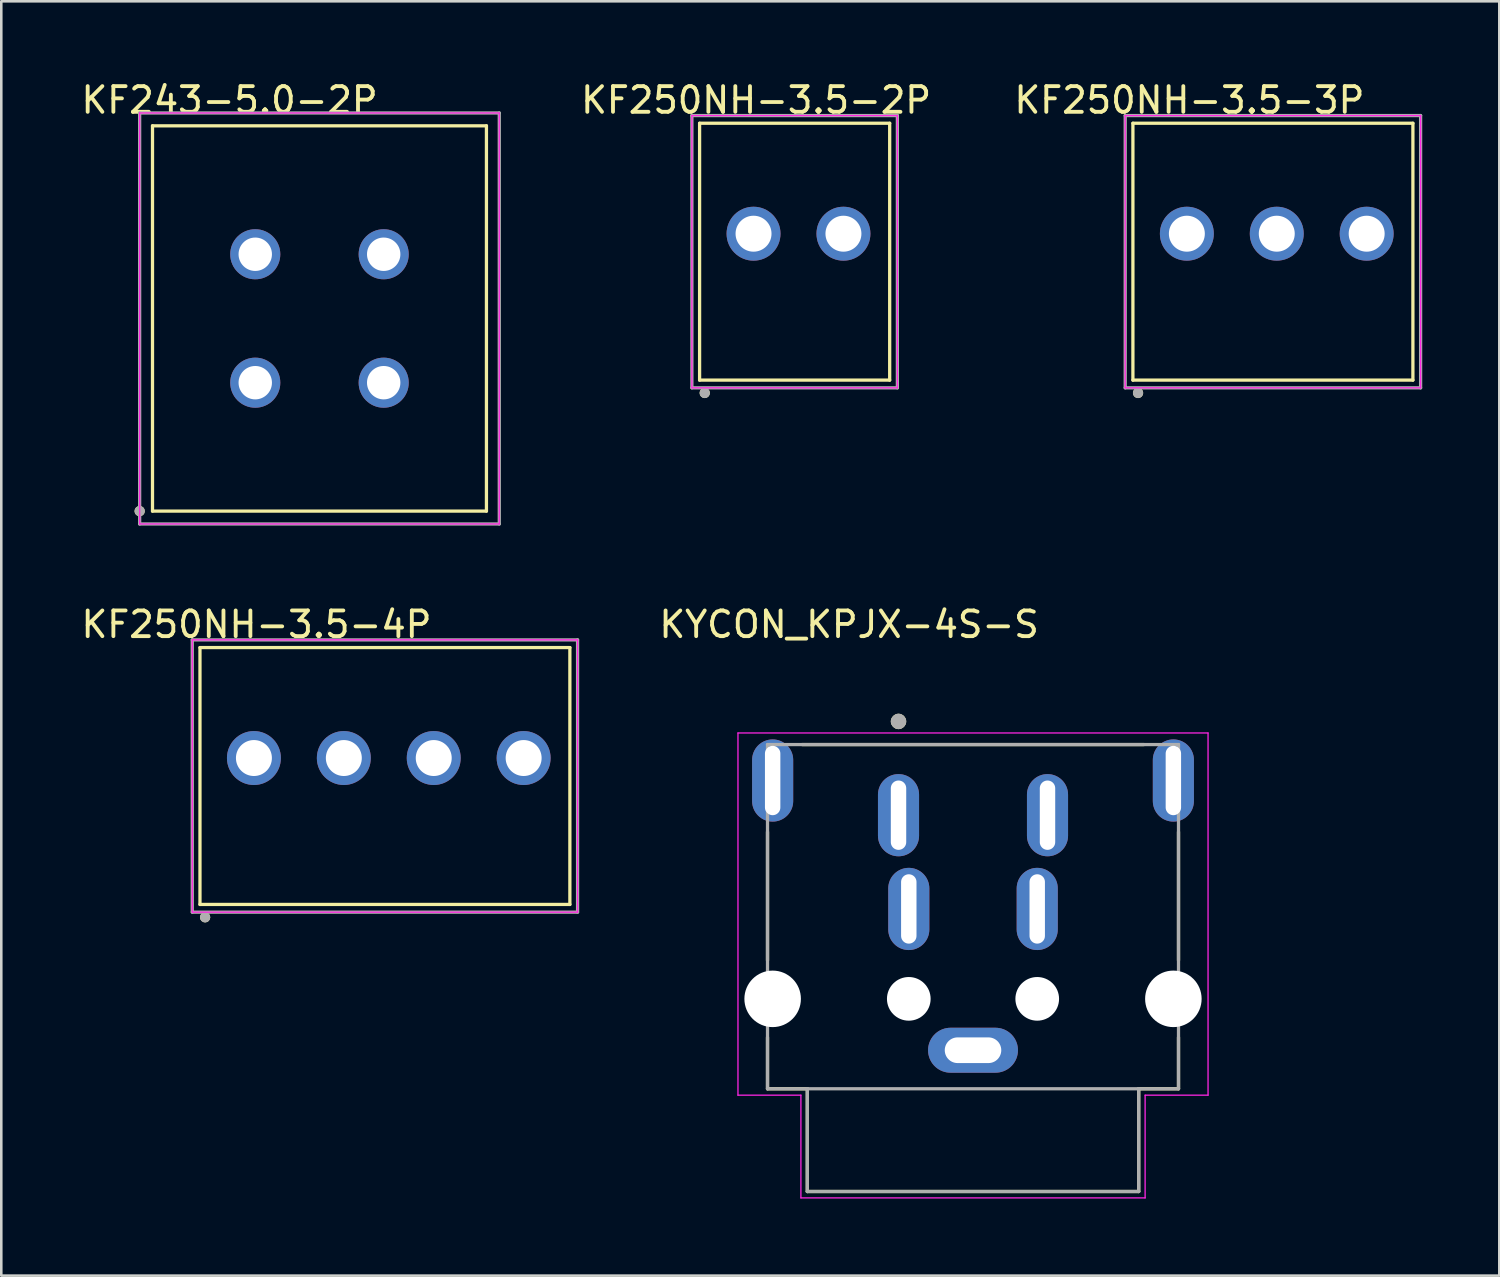
<source format=kicad_pcb>
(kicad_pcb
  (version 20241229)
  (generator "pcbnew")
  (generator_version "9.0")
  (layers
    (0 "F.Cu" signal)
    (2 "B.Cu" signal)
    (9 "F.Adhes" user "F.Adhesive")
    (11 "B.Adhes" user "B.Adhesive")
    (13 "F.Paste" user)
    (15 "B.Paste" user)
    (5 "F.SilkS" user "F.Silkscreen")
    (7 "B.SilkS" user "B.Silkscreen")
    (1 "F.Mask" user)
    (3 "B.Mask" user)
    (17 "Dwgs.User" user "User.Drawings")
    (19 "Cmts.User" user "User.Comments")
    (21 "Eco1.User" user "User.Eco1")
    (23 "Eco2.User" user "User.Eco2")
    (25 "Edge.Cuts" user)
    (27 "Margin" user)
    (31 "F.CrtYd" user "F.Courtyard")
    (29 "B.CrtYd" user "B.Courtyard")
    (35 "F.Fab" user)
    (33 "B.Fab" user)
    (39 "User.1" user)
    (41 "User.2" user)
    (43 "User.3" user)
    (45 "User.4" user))
  (footprint "KF250NH-3.5-2P"
    (layer "F.Cu")
    (at 26.285 6.048)
    (property "Reference" "KF250NH-3.5-2P" (at 0.1 -5.2 0) (layer "F.SilkS") (effects (font (size 1 1) (thickness 0.15))))
    (attr through_hole)
    (fp_line (start -2.1 5.7) (end -2.1 -4.3) (stroke (width 0.127) (type solid)) (layer "F.SilkS"))
    (fp_line (start 5.3 -4.3) (end -2.1 -4.3) (stroke (width 0.127) (type solid)) (layer "F.SilkS"))
    (fp_line (start 5.3 5.7) (end -2.1 5.7) (stroke (width 0.127) (type solid)) (layer "F.SilkS"))
    (fp_line (start 5.3 5.7) (end 5.3 -4.3) (stroke (width 0.127) (type solid)) (layer "F.SilkS"))
    (fp_circle (center -1.9 6.2) (end -1.8 6.2) (stroke (width 0.2) (type solid)) (fill no) (layer "F.SilkS"))
    (fp_line (start -2.4 -4.6) (end -2.4 6) (stroke (width 0.05) (type solid)) (layer "F.CrtYd"))
    (fp_line (start -2.4 6) (end 5.6 6) (stroke (width 0.05) (type solid)) (layer "F.CrtYd"))
    (fp_line (start 5.6 -4.6) (end -2.4 -4.6) (stroke (width 0.05) (type solid)) (layer "F.CrtYd"))
    (fp_line (start 5.6 6) (end 5.6 -4.6) (stroke (width 0.05) (type solid)) (layer "F.CrtYd"))
    (fp_line (start -2.4 -4.6) (end -2.4 6) (stroke (width 0.127) (type solid)) (layer "F.Fab"))
    (fp_line (start -2.4 6) (end 5.6 6) (stroke (width 0.127) (type solid)) (layer "F.Fab"))
    (fp_line (start 5.6 -4.6) (end -2.4 -4.6) (stroke (width 0.127) (type solid)) (layer "F.Fab"))
    (fp_line (start 5.6 6) (end 5.6 -4.6) (stroke (width 0.127) (type solid)) (layer "F.Fab"))
    (fp_circle (center -1.9 6.2) (end -1.8 6.2) (stroke (width 0.2) (type solid)) (fill no) (layer "F.Fab"))
    (pad "1" thru_hole circle (at 0 0) (size 2.1 2.1) (drill 1.4) (layers "*.Cu" "*.Mask"))
    (pad "2" thru_hole circle (at 3.5 0) (size 2.1 2.1) (drill 1.4) (layers "*.Cu" "*.Mask")))
  (footprint "KF250NH-3.5-3P"
    (layer "F.Cu")
    (at 43.154 6.048)
    (property "Reference" "KF250NH-3.5-3P" (at 0.1 -5.2 0) (layer "F.SilkS") (effects (font (size 1 1) (thickness 0.15))))
    (attr through_hole)
    (fp_line (start -2.1 5.7) (end -2.1 -4.3) (stroke (width 0.127) (type solid)) (layer "F.SilkS"))
    (fp_line (start 8.8 -4.3) (end -2.1 -4.3) (stroke (width 0.127) (type solid)) (layer "F.SilkS"))
    (fp_line (start 8.8 5.7) (end -2.1 5.7) (stroke (width 0.127) (type solid)) (layer "F.SilkS"))
    (fp_line (start 8.8 5.7) (end 8.8 -4.3) (stroke (width 0.127) (type solid)) (layer "F.SilkS"))
    (fp_circle (center -1.9 6.2) (end -1.8 6.2) (stroke (width 0.2) (type solid)) (fill no) (layer "F.SilkS"))
    (fp_line (start -2.4 -4.6) (end -2.4 6) (stroke (width 0.05) (type solid)) (layer "F.CrtYd"))
    (fp_line (start -2.4 6) (end 9.1 6) (stroke (width 0.05) (type solid)) (layer "F.CrtYd"))
    (fp_line (start 9.1 -4.6) (end -2.4 -4.6) (stroke (width 0.05) (type solid)) (layer "F.CrtYd"))
    (fp_line (start 9.1 6) (end 9.1 -4.6) (stroke (width 0.05) (type solid)) (layer "F.CrtYd"))
    (fp_line (start -2.4 -4.6) (end -2.4 6) (stroke (width 0.127) (type solid)) (layer "F.Fab"))
    (fp_line (start -2.4 6) (end 9.1 6) (stroke (width 0.127) (type solid)) (layer "F.Fab"))
    (fp_line (start 9.1 -4.6) (end -2.4 -4.6) (stroke (width 0.127) (type solid)) (layer "F.Fab"))
    (fp_line (start 9.1 6) (end 9.1 -4.6) (stroke (width 0.127) (type solid)) (layer "F.Fab"))
    (fp_circle (center -1.9 6.2) (end -1.8 6.2) (stroke (width 0.2) (type solid)) (fill no) (layer "F.Fab"))
    (pad "1" thru_hole circle (at 0 0) (size 2.1 2.1) (drill 1.4) (layers "*.Cu" "*.Mask"))
    (pad "2" thru_hole circle (at 3.5 0) (size 2.1 2.1) (drill 1.4) (layers "*.Cu" "*.Mask"))
    (pad "3" thru_hole circle (at 7 0) (size 2.1 2.1) (drill 1.4) (layers "*.Cu" "*.Mask")))
  (footprint "KF243-5.0-2P"
    (layer "F.Cu")
    (at 6.887 11.848)
    (property "Reference" "KF243-5.0-2P" (at -1 -11 0) (layer "F.SilkS") (effects (font (size 1 1) (thickness 0.15))))
    (attr through_hole)
    (fp_line (start -4 -10) (end -4 5) (stroke (width 0.127) (type solid)) (layer "F.SilkS"))
    (fp_line (start -4 5) (end 9 5) (stroke (width 0.127) (type solid)) (layer "F.SilkS"))
    (fp_line (start 9 -10) (end -4 -10) (stroke (width 0.127) (type solid)) (layer "F.SilkS"))
    (fp_line (start 9 5) (end 9 -10) (stroke (width 0.127) (type solid)) (layer "F.SilkS"))
    (fp_circle (center -4.5 5) (end -4.4 5) (stroke (width 0.2) (type solid)) (fill no) (layer "F.SilkS"))
    (fp_line (start -4.5 -10.5) (end -4.5 5.5) (stroke (width 0.05) (type solid)) (layer "F.CrtYd"))
    (fp_line (start -4.5 5.5) (end 9.5 5.5) (stroke (width 0.05) (type solid)) (layer "F.CrtYd"))
    (fp_line (start 9.5 -10.5) (end -4.5 -10.5) (stroke (width 0.05) (type solid)) (layer "F.CrtYd"))
    (fp_line (start 9.5 5.5) (end 9.5 -10.5) (stroke (width 0.05) (type solid)) (layer "F.CrtYd"))
    (fp_line (start -4.5 -10.5) (end -4.5 5.5) (stroke (width 0.127) (type solid)) (layer "F.Fab"))
    (fp_line (start -4.5 5.5) (end 9.5 5.5) (stroke (width 0.127) (type solid)) (layer "F.Fab"))
    (fp_line (start 9.5 -10.5) (end -4.5 -10.5) (stroke (width 0.127) (type solid)) (layer "F.Fab"))
    (fp_line (start 9.5 5.5) (end 9.5 -10.5) (stroke (width 0.127) (type solid)) (layer "F.Fab"))
    (fp_circle (center -4.5 5) (end -4.4 5) (stroke (width 0.2) (type solid)) (fill no) (layer "F.Fab"))
    (pad "1_1" thru_hole circle (at 0 -5) (size 1.95 1.95) (drill 1.3) (layers "*.Cu" "*.Mask"))
    (pad "1_2" thru_hole circle (at 0 0) (size 1.95 1.95) (drill 1.3) (layers "*.Cu" "*.Mask"))
    (pad "2_1" thru_hole circle (at 5 -5) (size 1.95 1.95) (drill 1.3) (layers "*.Cu" "*.Mask"))
    (pad "2_2" thru_hole circle (at 5 0) (size 1.95 1.95) (drill 1.3) (layers "*.Cu" "*.Mask")))
  (footprint "KF250NH-3.5-4P"
    (layer "F.Cu")
    (at 6.835 26.46)
    (property "Reference" "KF250NH-3.5-4P" (at 0.1 -5.2 0) (layer "F.SilkS") (effects (font (size 1 1) (thickness 0.15))))
    (attr through_hole)
    (fp_line (start -2.1 5.7) (end -2.1 -4.3) (stroke (width 0.127) (type solid)) (layer "F.SilkS"))
    (fp_line (start 12.3 -4.3) (end -2.1 -4.3) (stroke (width 0.127) (type solid)) (layer "F.SilkS"))
    (fp_line (start 12.3 5.7) (end -2.1 5.7) (stroke (width 0.127) (type solid)) (layer "F.SilkS"))
    (fp_line (start 12.3 5.7) (end 12.3 -4.3) (stroke (width 0.127) (type solid)) (layer "F.SilkS"))
    (fp_circle (center -1.9 6.2) (end -1.8 6.2) (stroke (width 0.2) (type solid)) (fill no) (layer "F.SilkS"))
    (fp_line (start -2.4 -4.6) (end -2.4 6) (stroke (width 0.05) (type solid)) (layer "F.CrtYd"))
    (fp_line (start -2.4 6) (end 12.6 6) (stroke (width 0.05) (type solid)) (layer "F.CrtYd"))
    (fp_line (start 12.6 -4.6) (end -2.4 -4.6) (stroke (width 0.05) (type solid)) (layer "F.CrtYd"))
    (fp_line (start 12.6 6) (end 12.6 -4.6) (stroke (width 0.05) (type solid)) (layer "F.CrtYd"))
    (fp_line (start -2.4 -4.6) (end -2.4 6) (stroke (width 0.127) (type solid)) (layer "F.Fab"))
    (fp_line (start -2.4 6) (end 12.6 6) (stroke (width 0.127) (type solid)) (layer "F.Fab"))
    (fp_line (start 12.6 -4.6) (end -2.4 -4.6) (stroke (width 0.127) (type solid)) (layer "F.Fab"))
    (fp_line (start 12.6 6) (end 12.6 -4.6) (stroke (width 0.127) (type solid)) (layer "F.Fab"))
    (fp_circle (center -1.9 6.2) (end -1.8 6.2) (stroke (width 0.2) (type solid)) (fill no) (layer "F.Fab"))
    (pad "1" thru_hole circle (at 0 0) (size 2.1 2.1) (drill 1.4) (layers "*.Cu" "*.Mask"))
    (pad "2" thru_hole circle (at 3.5 0) (size 2.1 2.1) (drill 1.4) (layers "*.Cu" "*.Mask"))
    (pad "3" thru_hole circle (at 7 0) (size 2.1 2.1) (drill 1.4) (layers "*.Cu" "*.Mask"))
    (pad "4" thru_hole circle (at 10.5 0) (size 2.1 2.1) (drill 1.4) (layers "*.Cu" "*.Mask")))
  (footprint "KYCON_KPJX-4S-S"
    (layer "F.Cu")
    (at 34.829 28.685)
    (property "Reference" "KYCON_KPJX-4S-S" (at -4.825 -7.425 0) (layer "F.SilkS") (effects (font (size 1 1) (thickness 0.15))))
    (attr through_hole)
    (fp_line (start -8 0.65) (end -8 5.65) (stroke (width 0.127) (type solid)) (layer "F.SilkS"))
    (fp_line (start -8 8.65) (end -8 10.65) (stroke (width 0.127) (type solid)) (layer "F.SilkS"))
    (fp_line (start -8 10.65) (end -6.45 10.65) (stroke (width 0.127) (type solid)) (layer "F.SilkS"))
    (fp_line (start -6.45 10.65) (end -6.45 14.65) (stroke (width 0.127) (type solid)) (layer "F.SilkS"))
    (fp_line (start -6.45 14.65) (end 6.45 14.65) (stroke (width 0.127) (type solid)) (layer "F.SilkS"))
    (fp_line (start 6.45 10.65) (end 8 10.65) (stroke (width 0.127) (type solid)) (layer "F.SilkS"))
    (fp_line (start 6.45 14.65) (end 6.45 10.65) (stroke (width 0.127) (type solid)) (layer "F.SilkS"))
    (fp_line (start 6.65 -2.75) (end -6.65 -2.75) (stroke (width 0.127) (type solid)) (layer "F.SilkS"))
    (fp_line (start 8 5.65) (end 8 0.65) (stroke (width 0.127) (type solid)) (layer "F.SilkS"))
    (fp_line (start 8 10.65) (end 8 8.65) (stroke (width 0.127) (type solid)) (layer "F.SilkS"))
    (fp_circle (center -2.9 -3.65) (end -2.75 -3.65) (stroke (width 0.3) (type solid)) (fill no) (layer "F.SilkS"))
    (fp_line (start -9.15 -3.2) (end -9.15 10.9) (stroke (width 0.05) (type solid)) (layer "F.CrtYd"))
    (fp_line (start -9.15 -3.2) (end 9.15 -3.2) (stroke (width 0.05) (type solid)) (layer "F.CrtYd"))
    (fp_line (start -9.15 10.9) (end -6.7 10.9) (stroke (width 0.05) (type solid)) (layer "F.CrtYd"))
    (fp_line (start -6.7 10.9) (end -6.7 14.9) (stroke (width 0.05) (type solid)) (layer "F.CrtYd"))
    (fp_line (start 6.7 10.9) (end 6.7 14.9) (stroke (width 0.05) (type solid)) (layer "F.CrtYd"))
    (fp_line (start 6.7 14.9) (end -6.7 14.9) (stroke (width 0.05) (type solid)) (layer "F.CrtYd"))
    (fp_line (start 9.15 -3.2) (end 9.15 10.9) (stroke (width 0.05) (type solid)) (layer "F.CrtYd"))
    (fp_line (start 9.15 10.9) (end 6.7 10.9) (stroke (width 0.05) (type solid)) (layer "F.CrtYd"))
    (fp_line (start -8 -2.75) (end -8 10.65) (stroke (width 0.127) (type solid)) (layer "F.Fab"))
    (fp_line (start -8 10.65) (end -6.45 10.65) (stroke (width 0.127) (type solid)) (layer "F.Fab"))
    (fp_line (start -6.45 10.65) (end -6.45 14.65) (stroke (width 0.127) (type solid)) (layer "F.Fab"))
    (fp_line (start -6.45 10.65) (end 6.45 10.65) (stroke (width 0.127) (type solid)) (layer "F.Fab"))
    (fp_line (start -6.45 14.65) (end 6.45 14.65) (stroke (width 0.127) (type solid)) (layer "F.Fab"))
    (fp_line (start 6.45 10.65) (end 8 10.65) (stroke (width 0.127) (type solid)) (layer "F.Fab"))
    (fp_line (start 6.45 14.65) (end 6.45 10.65) (stroke (width 0.127) (type solid)) (layer "F.Fab"))
    (fp_line (start 8 -2.75) (end -8 -2.75) (stroke (width 0.127) (type solid)) (layer "F.Fab"))
    (fp_line (start 8 10.65) (end 8 -2.75) (stroke (width 0.127) (type solid)) (layer "F.Fab"))
    (fp_circle (center -2.9 -3.65) (end -2.75 -3.65) (stroke (width 0.3) (type solid)) (fill no) (layer "F.Fab"))
    (pad "" np_thru_hole circle (at -7.8 7.15) (size 2.2 2.2) (drill 2.2) (layers "*.Cu" "*.Mask"))
    (pad "" np_thru_hole circle (at -2.5 7.15) (size 1.7 1.7) (drill 1.7) (layers "*.Cu" "*.Mask"))
    (pad "" np_thru_hole circle (at 2.5 7.15) (size 1.7 1.7) (drill 1.7) (layers "*.Cu" "*.Mask"))
    (pad "" np_thru_hole circle (at 7.8 7.15) (size 2.2 2.2) (drill 2.2) (layers "*.Cu" "*.Mask"))
    (pad "1" thru_hole oval (at -2.9 0) (size 1.6 3.2) (drill oval 0.6 2.7) (layers "*.Cu" "*.Mask"))
    (pad "2" thru_hole oval (at 2.9 0) (size 1.6 3.2) (drill oval 0.6 2.7) (layers "*.Cu" "*.Mask"))
    (pad "3" thru_hole oval (at -2.5 3.65) (size 1.6 3.2) (drill oval 0.6 2.7) (layers "*.Cu" "*.Mask"))
    (pad "4" thru_hole oval (at 2.5 3.65) (size 1.6 3.2) (drill oval 0.6 2.7) (layers "*.Cu" "*.Mask"))
    (pad "S1" thru_hole oval (at 0 9.15) (size 3.5 1.75) (drill oval 2.2 1) (layers "*.Cu" "*.Mask"))
    (pad "S2" thru_hole oval (at -7.8 -1.35) (size 1.6 3.2) (drill oval 0.6 2.7) (layers "*.Cu" "*.Mask"))
    (pad "S3" thru_hole oval (at 7.8 -1.35) (size 1.6 3.2) (drill oval 0.6 2.7) (layers "*.Cu" "*.Mask")))
  (gr_rect
    (start -3 -3)
    (end 55.317 46.61)
    (stroke (width 0.1) (type default))
    (fill no)
    (layer "Edge.Cuts")))
</source>
